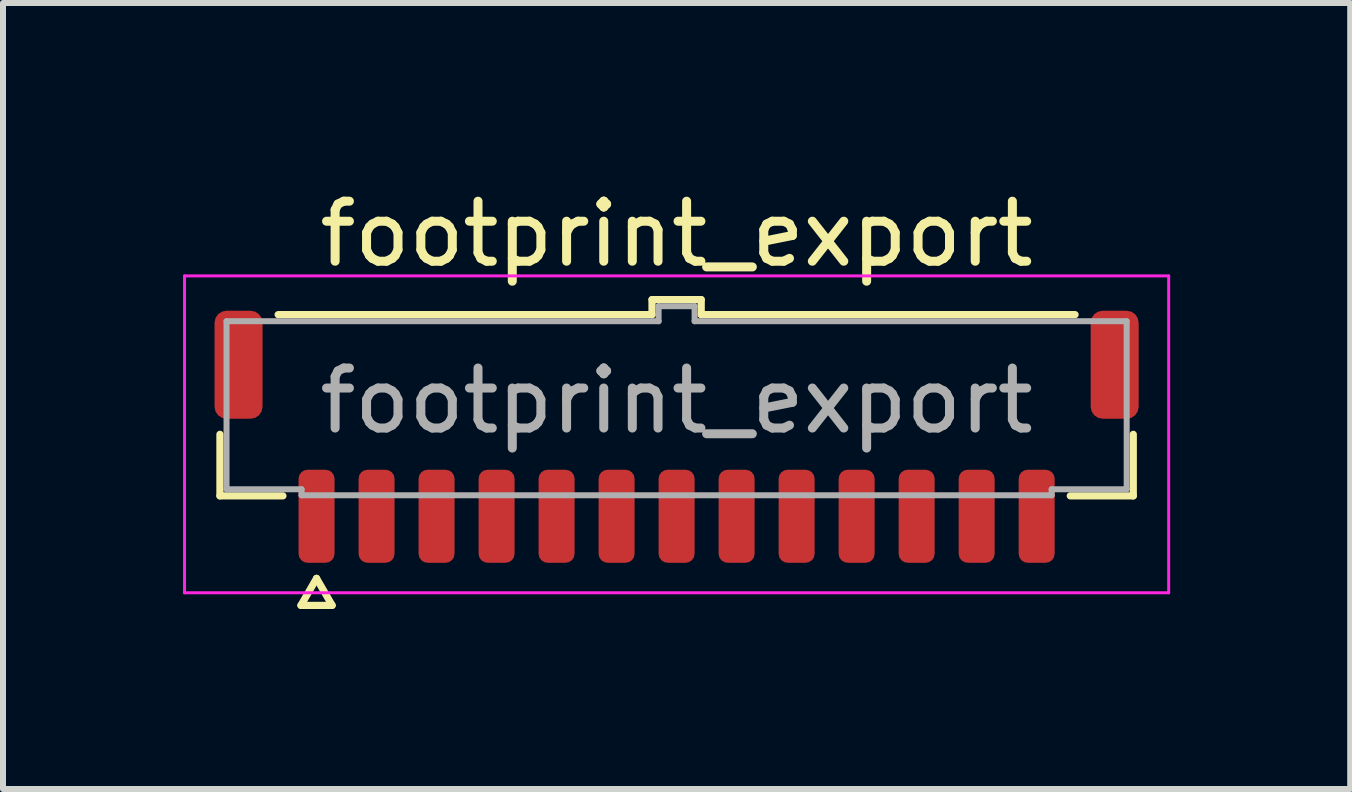
<source format=kicad_pcb>
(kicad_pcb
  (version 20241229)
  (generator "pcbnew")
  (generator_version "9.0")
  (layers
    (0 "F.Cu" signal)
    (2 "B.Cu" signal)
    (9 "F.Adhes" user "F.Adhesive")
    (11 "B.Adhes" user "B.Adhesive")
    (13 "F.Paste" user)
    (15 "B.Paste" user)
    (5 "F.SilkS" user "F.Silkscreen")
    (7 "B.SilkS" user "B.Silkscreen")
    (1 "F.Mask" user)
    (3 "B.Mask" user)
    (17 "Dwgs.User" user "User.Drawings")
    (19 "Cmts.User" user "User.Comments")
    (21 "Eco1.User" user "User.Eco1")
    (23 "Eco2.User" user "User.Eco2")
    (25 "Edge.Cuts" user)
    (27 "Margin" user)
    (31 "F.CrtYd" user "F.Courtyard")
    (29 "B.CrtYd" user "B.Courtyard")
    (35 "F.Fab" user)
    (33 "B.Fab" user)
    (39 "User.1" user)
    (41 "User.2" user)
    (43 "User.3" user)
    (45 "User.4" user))
  (footprint "footprint_export"
    (layer "F.Cu")
    (at 8.225 3.628)
    (property "Reference" "footprint_export" (at 0 -2.78 0) (layer "F.SilkS") (effects (font (size 1 1) (thickness 0.15))))
    (attr smd)
    (fp_line (start -7.61 1.585) (end -7.61 0.56) (stroke (width 0.12) (type solid)) (layer "F.SilkS"))
    (fp_line (start -6.64 -1.435) (end -0.41 -1.435) (stroke (width 0.12) (type solid)) (layer "F.SilkS"))
    (fp_line (start -6.56 1.585) (end -7.61 1.585) (stroke (width 0.12) (type solid)) (layer "F.SilkS"))
    (fp_line (start -6.26 3.41) (end -6 2.96) (stroke (width 0.12) (type solid)) (layer "F.SilkS"))
    (fp_line (start -6 2.96) (end -5.74 3.41) (stroke (width 0.12) (type solid)) (layer "F.SilkS"))
    (fp_line (start -5.74 3.41) (end -6.26 3.41) (stroke (width 0.12) (type solid)) (layer "F.SilkS"))
    (fp_line (start -0.41 -1.685) (end 0.41 -1.685) (stroke (width 0.12) (type solid)) (layer "F.SilkS"))
    (fp_line (start -0.41 -1.435) (end -0.41 -1.685) (stroke (width 0.12) (type solid)) (layer "F.SilkS"))
    (fp_line (start 0.41 -1.685) (end 0.41 -1.435) (stroke (width 0.12) (type solid)) (layer "F.SilkS"))
    (fp_line (start 0.41 -1.435) (end 6.64 -1.435) (stroke (width 0.12) (type solid)) (layer "F.SilkS"))
    (fp_line (start 7.61 0.56) (end 7.61 1.585) (stroke (width 0.12) (type solid)) (layer "F.SilkS"))
    (fp_line (start 7.61 1.585) (end 6.56 1.585) (stroke (width 0.12) (type solid)) (layer "F.SilkS"))
    (fp_line (start -8.2 -2.08) (end -8.2 3.2) (stroke (width 0.05) (type solid)) (layer "F.CrtYd"))
    (fp_line (start -8.2 3.2) (end 8.2 3.2) (stroke (width 0.05) (type solid)) (layer "F.CrtYd"))
    (fp_line (start 8.2 -2.08) (end -8.2 -2.08) (stroke (width 0.05) (type solid)) (layer "F.CrtYd"))
    (fp_line (start 8.2 3.2) (end 8.2 -2.08) (stroke (width 0.05) (type solid)) (layer "F.CrtYd"))
    (fp_line (start -7.5 -1.325) (end -0.3 -1.325) (stroke (width 0.1) (type solid)) (layer "F.Fab"))
    (fp_line (start -7.5 1.475) (end -7.5 -1.325) (stroke (width 0.1) (type solid)) (layer "F.Fab"))
    (fp_line (start -6.25 1.475) (end -7.5 1.475) (stroke (width 0.1) (type solid)) (layer "F.Fab"))
    (fp_line (start -6.25 1.575) (end -6.25 1.475) (stroke (width 0.1) (type solid)) (layer "F.Fab"))
    (fp_line (start -0.3 -1.575) (end 0.3 -1.575) (stroke (width 0.1) (type solid)) (layer "F.Fab"))
    (fp_line (start -0.3 -1.325) (end -0.3 -1.575) (stroke (width 0.1) (type solid)) (layer "F.Fab"))
    (fp_line (start 0.3 -1.575) (end 0.3 -1.325) (stroke (width 0.1) (type solid)) (layer "F.Fab"))
    (fp_line (start 0.3 -1.325) (end 7.5 -1.325) (stroke (width 0.1) (type solid)) (layer "F.Fab"))
    (fp_line (start 6.25 1.475) (end 6.25 1.575) (stroke (width 0.1) (type solid)) (layer "F.Fab"))
    (fp_line (start 6.25 1.575) (end -6.25 1.575) (stroke (width 0.1) (type solid)) (layer "F.Fab"))
    (fp_line (start 7.5 -1.325) (end 7.5 1.475) (stroke (width 0.1) (type solid)) (layer "F.Fab"))
    (fp_line (start 7.5 1.475) (end 6.25 1.475) (stroke (width 0.1) (type solid)) (layer "F.Fab"))
    (fp_text user "${REFERENCE}" (at 0 0 0) (layer "F.Fab") (effects (font (size 1 1) (thickness 0.15))))
    (pad "1" smd roundrect (at -6 1.925) (size 0.6 1.55) (layers "F.Cu" "F.Mask" "F.Paste") (roundrect_rratio 0.25))
    (pad "2" smd roundrect (at -5 1.925) (size 0.6 1.55) (layers "F.Cu" "F.Mask" "F.Paste") (roundrect_rratio 0.25))
    (pad "3" smd roundrect (at -4 1.925) (size 0.6 1.55) (layers "F.Cu" "F.Mask" "F.Paste") (roundrect_rratio 0.25))
    (pad "4" smd roundrect (at -3 1.925) (size 0.6 1.55) (layers "F.Cu" "F.Mask" "F.Paste") (roundrect_rratio 0.25))
    (pad "5" smd roundrect (at -2 1.925) (size 0.6 1.55) (layers "F.Cu" "F.Mask" "F.Paste") (roundrect_rratio 0.25))
    (pad "6" smd roundrect (at -1 1.925) (size 0.6 1.55) (layers "F.Cu" "F.Mask" "F.Paste") (roundrect_rratio 0.25))
    (pad "7" smd roundrect (at 0 1.925) (size 0.6 1.55) (layers "F.Cu" "F.Mask" "F.Paste") (roundrect_rratio 0.25))
    (pad "8" smd roundrect (at 1 1.925) (size 0.6 1.55) (layers "F.Cu" "F.Mask" "F.Paste") (roundrect_rratio 0.25))
    (pad "9" smd roundrect (at 2 1.925) (size 0.6 1.55) (layers "F.Cu" "F.Mask" "F.Paste") (roundrect_rratio 0.25))
    (pad "10" smd roundrect (at 3 1.925) (size 0.6 1.55) (layers "F.Cu" "F.Mask" "F.Paste") (roundrect_rratio 0.25))
    (pad "11" smd roundrect (at 4 1.925) (size 0.6 1.55) (layers "F.Cu" "F.Mask" "F.Paste") (roundrect_rratio 0.25))
    (pad "12" smd roundrect (at 5 1.925) (size 0.6 1.55) (layers "F.Cu" "F.Mask" "F.Paste") (roundrect_rratio 0.25))
    (pad "13" smd roundrect (at 6 1.925) (size 0.6 1.55) (layers "F.Cu" "F.Mask" "F.Paste") (roundrect_rratio 0.25))
    (pad "MP" smd roundrect (at -7.3 -0.6) (size 0.8 1.8) (layers "F.Cu" "F.Mask" "F.Paste") (roundrect_rratio 0.25))
    (pad "MP" smd roundrect (at 7.3 -0.6) (size 0.8 1.8) (layers "F.Cu" "F.Mask" "F.Paste") (roundrect_rratio 0.25)))
  (gr_rect
    (start -3 -3)
    (end 19.45 10.098)
    (stroke (width 0.1) (type default))
    (fill no)
    (layer "Edge.Cuts")))
</source>
